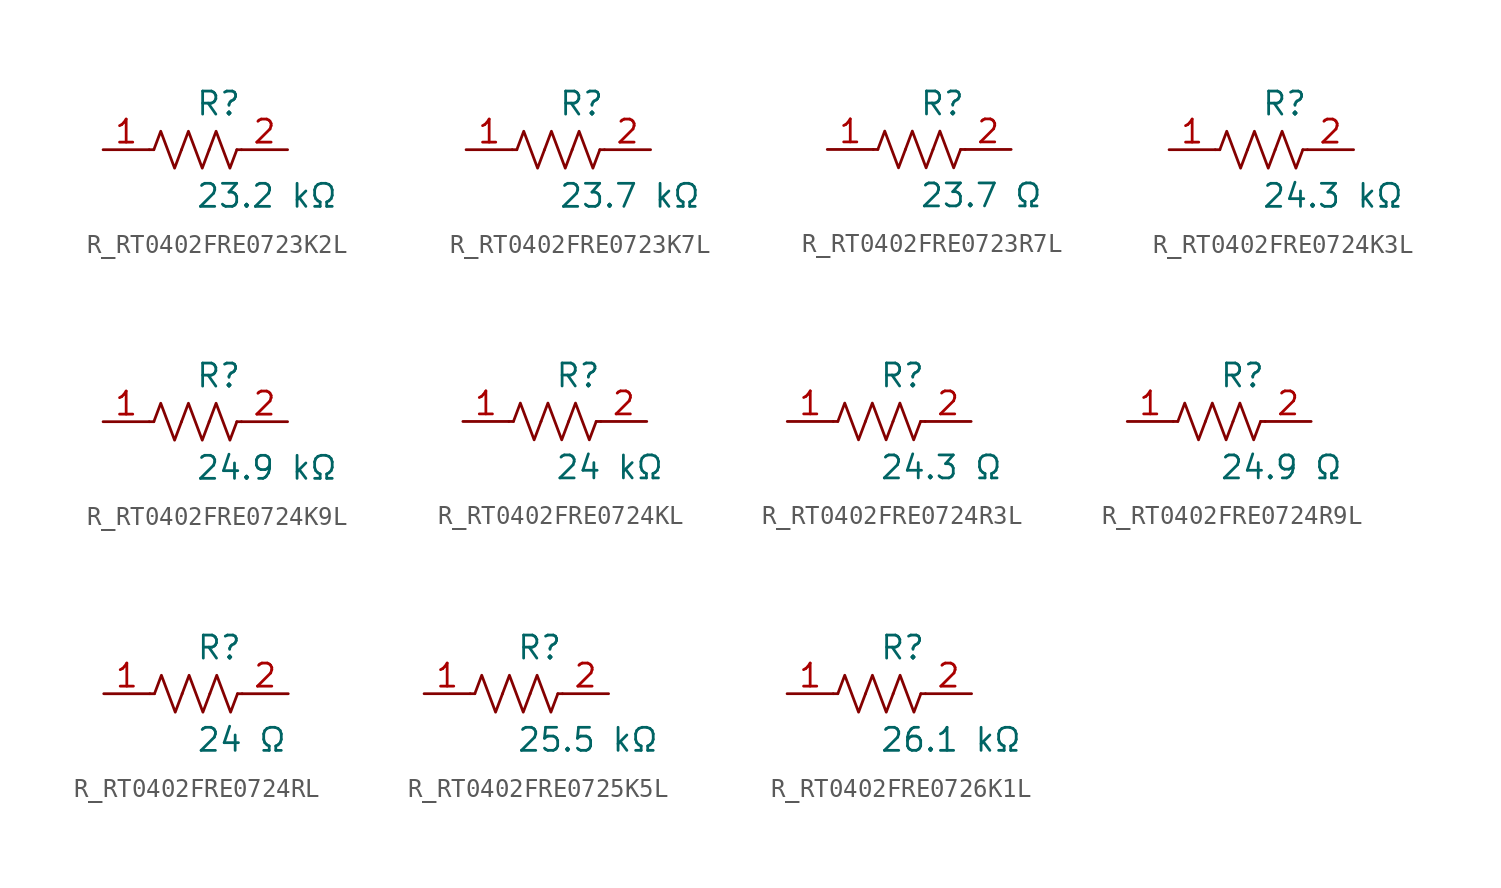
<source format=kicad_sym>
(kicad_symbol_lib
  (version 20231120)
  (generator kicad_symbol_editor)
  (generator_version 8.0)
  (symbol "R_RT0402FRE0723K2L"
    (pin_names
      (offset 0.254))
    (property "Reference" "R"
      (at 0.0 2.54 0)
      (effects (font (size 1.27 1.27)) (justify left)))
    (property "Value" "23.2 kΩ"
      (at 0.0 -2.54 0)
      (effects (font (size 1.27 1.27)) (justify left)))
    (symbol "R_RT0402FRE0723K2L_0_1"
      (polyline (pts (xy 2.286 0) (xy 2.54 0)) (stroke (width 0) (type default)) (fill (type none)))
      (polyline (pts (xy -2.286 0) (xy -2.54 0)) (stroke (width 0) (type default)) (fill (type none)))
      (polyline (pts (xy 0.762 0) (xy 1.143 1.016) (xy 1.524 0) (xy 1.905 -1.016) (xy 2.286 0)) (stroke (width 0) (type default)) (fill (type none)))
      (polyline (pts (xy -0.762 0) (xy -0.381 1.016) (xy 0 0) (xy 0.381 -1.016) (xy 0.762 0)) (stroke (width 0) (type default)) (fill (type none)))
      (polyline (pts (xy -2.286 0) (xy -1.905 1.016) (xy -1.524 0) (xy -1.143 -1.016) (xy -0.762 0)) (stroke (width 0) (type default)) (fill (type none))))
    (pin unspecified line
      (at -5.08 0 0)
      (length 2.54)
      (name "" (effects (font (size 1.27 1.27))))
      (number "1" (effects (font (size 1.27 1.27)))))
    (pin unspecified line
      (at 5.08 0 180)
      (length 2.54)
      (name "" (effects (font (size 1.27 1.27))))
      (number "2" (effects (font (size 1.27 1.27))))))
  (symbol "R_RT0402FRE0723K7L"
    (pin_names
      (offset 0.254))
    (property "Reference" "R"
      (at 0.0 2.54 0)
      (effects (font (size 1.27 1.27)) (justify left)))
    (property "Value" "23.7 kΩ"
      (at 0.0 -2.54 0)
      (effects (font (size 1.27 1.27)) (justify left)))
    (symbol "R_RT0402FRE0723K7L_0_1"
      (polyline (pts (xy 2.286 0) (xy 2.54 0)) (stroke (width 0) (type default)) (fill (type none)))
      (polyline (pts (xy -2.286 0) (xy -2.54 0)) (stroke (width 0) (type default)) (fill (type none)))
      (polyline (pts (xy 0.762 0) (xy 1.143 1.016) (xy 1.524 0) (xy 1.905 -1.016) (xy 2.286 0)) (stroke (width 0) (type default)) (fill (type none)))
      (polyline (pts (xy -0.762 0) (xy -0.381 1.016) (xy 0 0) (xy 0.381 -1.016) (xy 0.762 0)) (stroke (width 0) (type default)) (fill (type none)))
      (polyline (pts (xy -2.286 0) (xy -1.905 1.016) (xy -1.524 0) (xy -1.143 -1.016) (xy -0.762 0)) (stroke (width 0) (type default)) (fill (type none))))
    (pin unspecified line
      (at -5.08 0 0)
      (length 2.54)
      (name "" (effects (font (size 1.27 1.27))))
      (number "1" (effects (font (size 1.27 1.27)))))
    (pin unspecified line
      (at 5.08 0 180)
      (length 2.54)
      (name "" (effects (font (size 1.27 1.27))))
      (number "2" (effects (font (size 1.27 1.27))))))
  (symbol "R_RT0402FRE0723R7L"
    (pin_names
      (offset 0.254))
    (property "Reference" "R"
      (at 0.0 2.54 0)
      (effects (font (size 1.27 1.27)) (justify left)))
    (property "Value" "23.7 Ω"
      (at 0.0 -2.54 0)
      (effects (font (size 1.27 1.27)) (justify left)))
    (symbol "R_RT0402FRE0723R7L_0_1"
      (polyline (pts (xy 2.286 0) (xy 2.54 0)) (stroke (width 0) (type default)) (fill (type none)))
      (polyline (pts (xy -2.286 0) (xy -2.54 0)) (stroke (width 0) (type default)) (fill (type none)))
      (polyline (pts (xy 0.762 0) (xy 1.143 1.016) (xy 1.524 0) (xy 1.905 -1.016) (xy 2.286 0)) (stroke (width 0) (type default)) (fill (type none)))
      (polyline (pts (xy -0.762 0) (xy -0.381 1.016) (xy 0 0) (xy 0.381 -1.016) (xy 0.762 0)) (stroke (width 0) (type default)) (fill (type none)))
      (polyline (pts (xy -2.286 0) (xy -1.905 1.016) (xy -1.524 0) (xy -1.143 -1.016) (xy -0.762 0)) (stroke (width 0) (type default)) (fill (type none))))
    (pin unspecified line
      (at -5.08 0 0)
      (length 2.54)
      (name "" (effects (font (size 1.27 1.27))))
      (number "1" (effects (font (size 1.27 1.27)))))
    (pin unspecified line
      (at 5.08 0 180)
      (length 2.54)
      (name "" (effects (font (size 1.27 1.27))))
      (number "2" (effects (font (size 1.27 1.27))))))
  (symbol "R_RT0402FRE0724K3L"
    (pin_names
      (offset 0.254))
    (property "Reference" "R"
      (at 0.0 2.54 0)
      (effects (font (size 1.27 1.27)) (justify left)))
    (property "Value" "24.3 kΩ"
      (at 0.0 -2.54 0)
      (effects (font (size 1.27 1.27)) (justify left)))
    (symbol "R_RT0402FRE0724K3L_0_1"
      (polyline (pts (xy 2.286 0) (xy 2.54 0)) (stroke (width 0) (type default)) (fill (type none)))
      (polyline (pts (xy -2.286 0) (xy -2.54 0)) (stroke (width 0) (type default)) (fill (type none)))
      (polyline (pts (xy 0.762 0) (xy 1.143 1.016) (xy 1.524 0) (xy 1.905 -1.016) (xy 2.286 0)) (stroke (width 0) (type default)) (fill (type none)))
      (polyline (pts (xy -0.762 0) (xy -0.381 1.016) (xy 0 0) (xy 0.381 -1.016) (xy 0.762 0)) (stroke (width 0) (type default)) (fill (type none)))
      (polyline (pts (xy -2.286 0) (xy -1.905 1.016) (xy -1.524 0) (xy -1.143 -1.016) (xy -0.762 0)) (stroke (width 0) (type default)) (fill (type none))))
    (pin unspecified line
      (at -5.08 0 0)
      (length 2.54)
      (name "" (effects (font (size 1.27 1.27))))
      (number "1" (effects (font (size 1.27 1.27)))))
    (pin unspecified line
      (at 5.08 0 180)
      (length 2.54)
      (name "" (effects (font (size 1.27 1.27))))
      (number "2" (effects (font (size 1.27 1.27))))))
  (symbol "R_RT0402FRE0724K9L"
    (pin_names
      (offset 0.254))
    (property "Reference" "R"
      (at 0.0 2.54 0)
      (effects (font (size 1.27 1.27)) (justify left)))
    (property "Value" "24.9 kΩ"
      (at 0.0 -2.54 0)
      (effects (font (size 1.27 1.27)) (justify left)))
    (symbol "R_RT0402FRE0724K9L_0_1"
      (polyline (pts (xy 2.286 0) (xy 2.54 0)) (stroke (width 0) (type default)) (fill (type none)))
      (polyline (pts (xy -2.286 0) (xy -2.54 0)) (stroke (width 0) (type default)) (fill (type none)))
      (polyline (pts (xy 0.762 0) (xy 1.143 1.016) (xy 1.524 0) (xy 1.905 -1.016) (xy 2.286 0)) (stroke (width 0) (type default)) (fill (type none)))
      (polyline (pts (xy -0.762 0) (xy -0.381 1.016) (xy 0 0) (xy 0.381 -1.016) (xy 0.762 0)) (stroke (width 0) (type default)) (fill (type none)))
      (polyline (pts (xy -2.286 0) (xy -1.905 1.016) (xy -1.524 0) (xy -1.143 -1.016) (xy -0.762 0)) (stroke (width 0) (type default)) (fill (type none))))
    (pin unspecified line
      (at -5.08 0 0)
      (length 2.54)
      (name "" (effects (font (size 1.27 1.27))))
      (number "1" (effects (font (size 1.27 1.27)))))
    (pin unspecified line
      (at 5.08 0 180)
      (length 2.54)
      (name "" (effects (font (size 1.27 1.27))))
      (number "2" (effects (font (size 1.27 1.27))))))
  (symbol "R_RT0402FRE0724KL"
    (pin_names
      (offset 0.254))
    (property "Reference" "R"
      (at 0.0 2.54 0)
      (effects (font (size 1.27 1.27)) (justify left)))
    (property "Value" "24 kΩ"
      (at 0.0 -2.54 0)
      (effects (font (size 1.27 1.27)) (justify left)))
    (symbol "R_RT0402FRE0724KL_0_1"
      (polyline (pts (xy 2.286 0) (xy 2.54 0)) (stroke (width 0) (type default)) (fill (type none)))
      (polyline (pts (xy -2.286 0) (xy -2.54 0)) (stroke (width 0) (type default)) (fill (type none)))
      (polyline (pts (xy 0.762 0) (xy 1.143 1.016) (xy 1.524 0) (xy 1.905 -1.016) (xy 2.286 0)) (stroke (width 0) (type default)) (fill (type none)))
      (polyline (pts (xy -0.762 0) (xy -0.381 1.016) (xy 0 0) (xy 0.381 -1.016) (xy 0.762 0)) (stroke (width 0) (type default)) (fill (type none)))
      (polyline (pts (xy -2.286 0) (xy -1.905 1.016) (xy -1.524 0) (xy -1.143 -1.016) (xy -0.762 0)) (stroke (width 0) (type default)) (fill (type none))))
    (pin unspecified line
      (at -5.08 0 0)
      (length 2.54)
      (name "" (effects (font (size 1.27 1.27))))
      (number "1" (effects (font (size 1.27 1.27)))))
    (pin unspecified line
      (at 5.08 0 180)
      (length 2.54)
      (name "" (effects (font (size 1.27 1.27))))
      (number "2" (effects (font (size 1.27 1.27))))))
  (symbol "R_RT0402FRE0724R3L"
    (pin_names
      (offset 0.254))
    (property "Reference" "R"
      (at 0.0 2.54 0)
      (effects (font (size 1.27 1.27)) (justify left)))
    (property "Value" "24.3 Ω"
      (at 0.0 -2.54 0)
      (effects (font (size 1.27 1.27)) (justify left)))
    (symbol "R_RT0402FRE0724R3L_0_1"
      (polyline (pts (xy 2.286 0) (xy 2.54 0)) (stroke (width 0) (type default)) (fill (type none)))
      (polyline (pts (xy -2.286 0) (xy -2.54 0)) (stroke (width 0) (type default)) (fill (type none)))
      (polyline (pts (xy 0.762 0) (xy 1.143 1.016) (xy 1.524 0) (xy 1.905 -1.016) (xy 2.286 0)) (stroke (width 0) (type default)) (fill (type none)))
      (polyline (pts (xy -0.762 0) (xy -0.381 1.016) (xy 0 0) (xy 0.381 -1.016) (xy 0.762 0)) (stroke (width 0) (type default)) (fill (type none)))
      (polyline (pts (xy -2.286 0) (xy -1.905 1.016) (xy -1.524 0) (xy -1.143 -1.016) (xy -0.762 0)) (stroke (width 0) (type default)) (fill (type none))))
    (pin unspecified line
      (at -5.08 0 0)
      (length 2.54)
      (name "" (effects (font (size 1.27 1.27))))
      (number "1" (effects (font (size 1.27 1.27)))))
    (pin unspecified line
      (at 5.08 0 180)
      (length 2.54)
      (name "" (effects (font (size 1.27 1.27))))
      (number "2" (effects (font (size 1.27 1.27))))))
  (symbol "R_RT0402FRE0724R9L"
    (pin_names
      (offset 0.254))
    (property "Reference" "R"
      (at 0.0 2.54 0)
      (effects (font (size 1.27 1.27)) (justify left)))
    (property "Value" "24.9 Ω"
      (at 0.0 -2.54 0)
      (effects (font (size 1.27 1.27)) (justify left)))
    (symbol "R_RT0402FRE0724R9L_0_1"
      (polyline (pts (xy 2.286 0) (xy 2.54 0)) (stroke (width 0) (type default)) (fill (type none)))
      (polyline (pts (xy -2.286 0) (xy -2.54 0)) (stroke (width 0) (type default)) (fill (type none)))
      (polyline (pts (xy 0.762 0) (xy 1.143 1.016) (xy 1.524 0) (xy 1.905 -1.016) (xy 2.286 0)) (stroke (width 0) (type default)) (fill (type none)))
      (polyline (pts (xy -0.762 0) (xy -0.381 1.016) (xy 0 0) (xy 0.381 -1.016) (xy 0.762 0)) (stroke (width 0) (type default)) (fill (type none)))
      (polyline (pts (xy -2.286 0) (xy -1.905 1.016) (xy -1.524 0) (xy -1.143 -1.016) (xy -0.762 0)) (stroke (width 0) (type default)) (fill (type none))))
    (pin unspecified line
      (at -5.08 0 0)
      (length 2.54)
      (name "" (effects (font (size 1.27 1.27))))
      (number "1" (effects (font (size 1.27 1.27)))))
    (pin unspecified line
      (at 5.08 0 180)
      (length 2.54)
      (name "" (effects (font (size 1.27 1.27))))
      (number "2" (effects (font (size 1.27 1.27))))))
  (symbol "R_RT0402FRE0724RL"
    (pin_names
      (offset 0.254))
    (property "Reference" "R"
      (at 0.0 2.54 0)
      (effects (font (size 1.27 1.27)) (justify left)))
    (property "Value" "24 Ω"
      (at 0.0 -2.54 0)
      (effects (font (size 1.27 1.27)) (justify left)))
    (symbol "R_RT0402FRE0724RL_0_1"
      (polyline (pts (xy 2.286 0) (xy 2.54 0)) (stroke (width 0) (type default)) (fill (type none)))
      (polyline (pts (xy -2.286 0) (xy -2.54 0)) (stroke (width 0) (type default)) (fill (type none)))
      (polyline (pts (xy 0.762 0) (xy 1.143 1.016) (xy 1.524 0) (xy 1.905 -1.016) (xy 2.286 0)) (stroke (width 0) (type default)) (fill (type none)))
      (polyline (pts (xy -0.762 0) (xy -0.381 1.016) (xy 0 0) (xy 0.381 -1.016) (xy 0.762 0)) (stroke (width 0) (type default)) (fill (type none)))
      (polyline (pts (xy -2.286 0) (xy -1.905 1.016) (xy -1.524 0) (xy -1.143 -1.016) (xy -0.762 0)) (stroke (width 0) (type default)) (fill (type none))))
    (pin unspecified line
      (at -5.08 0 0)
      (length 2.54)
      (name "" (effects (font (size 1.27 1.27))))
      (number "1" (effects (font (size 1.27 1.27)))))
    (pin unspecified line
      (at 5.08 0 180)
      (length 2.54)
      (name "" (effects (font (size 1.27 1.27))))
      (number "2" (effects (font (size 1.27 1.27))))))
  (symbol "R_RT0402FRE0725K5L"
    (pin_names
      (offset 0.254))
    (property "Reference" "R"
      (at 0.0 2.54 0)
      (effects (font (size 1.27 1.27)) (justify left)))
    (property "Value" "25.5 kΩ"
      (at 0.0 -2.54 0)
      (effects (font (size 1.27 1.27)) (justify left)))
    (symbol "R_RT0402FRE0725K5L_0_1"
      (polyline (pts (xy 2.286 0) (xy 2.54 0)) (stroke (width 0) (type default)) (fill (type none)))
      (polyline (pts (xy -2.286 0) (xy -2.54 0)) (stroke (width 0) (type default)) (fill (type none)))
      (polyline (pts (xy 0.762 0) (xy 1.143 1.016) (xy 1.524 0) (xy 1.905 -1.016) (xy 2.286 0)) (stroke (width 0) (type default)) (fill (type none)))
      (polyline (pts (xy -0.762 0) (xy -0.381 1.016) (xy 0 0) (xy 0.381 -1.016) (xy 0.762 0)) (stroke (width 0) (type default)) (fill (type none)))
      (polyline (pts (xy -2.286 0) (xy -1.905 1.016) (xy -1.524 0) (xy -1.143 -1.016) (xy -0.762 0)) (stroke (width 0) (type default)) (fill (type none))))
    (pin unspecified line
      (at -5.08 0 0)
      (length 2.54)
      (name "" (effects (font (size 1.27 1.27))))
      (number "1" (effects (font (size 1.27 1.27)))))
    (pin unspecified line
      (at 5.08 0 180)
      (length 2.54)
      (name "" (effects (font (size 1.27 1.27))))
      (number "2" (effects (font (size 1.27 1.27))))))
  (symbol "R_RT0402FRE0726K1L"
    (pin_names
      (offset 0.254))
    (property "Reference" "R"
      (at 0.0 2.54 0)
      (effects (font (size 1.27 1.27)) (justify left)))
    (property "Value" "26.1 kΩ"
      (at 0.0 -2.54 0)
      (effects (font (size 1.27 1.27)) (justify left)))
    (symbol "R_RT0402FRE0726K1L_0_1"
      (polyline (pts (xy 2.286 0) (xy 2.54 0)) (stroke (width 0) (type default)) (fill (type none)))
      (polyline (pts (xy -2.286 0) (xy -2.54 0)) (stroke (width 0) (type default)) (fill (type none)))
      (polyline (pts (xy 0.762 0) (xy 1.143 1.016) (xy 1.524 0) (xy 1.905 -1.016) (xy 2.286 0)) (stroke (width 0) (type default)) (fill (type none)))
      (polyline (pts (xy -0.762 0) (xy -0.381 1.016) (xy 0 0) (xy 0.381 -1.016) (xy 0.762 0)) (stroke (width 0) (type default)) (fill (type none)))
      (polyline (pts (xy -2.286 0) (xy -1.905 1.016) (xy -1.524 0) (xy -1.143 -1.016) (xy -0.762 0)) (stroke (width 0) (type default)) (fill (type none))))
    (pin unspecified line
      (at -5.08 0 0)
      (length 2.54)
      (name "" (effects (font (size 1.27 1.27))))
      (number "1" (effects (font (size 1.27 1.27)))))
    (pin unspecified line
      (at 5.08 0 180)
      (length 2.54)
      (name "" (effects (font (size 1.27 1.27))))
      (number "2" (effects (font (size 1.27 1.27)))))))
</source>
